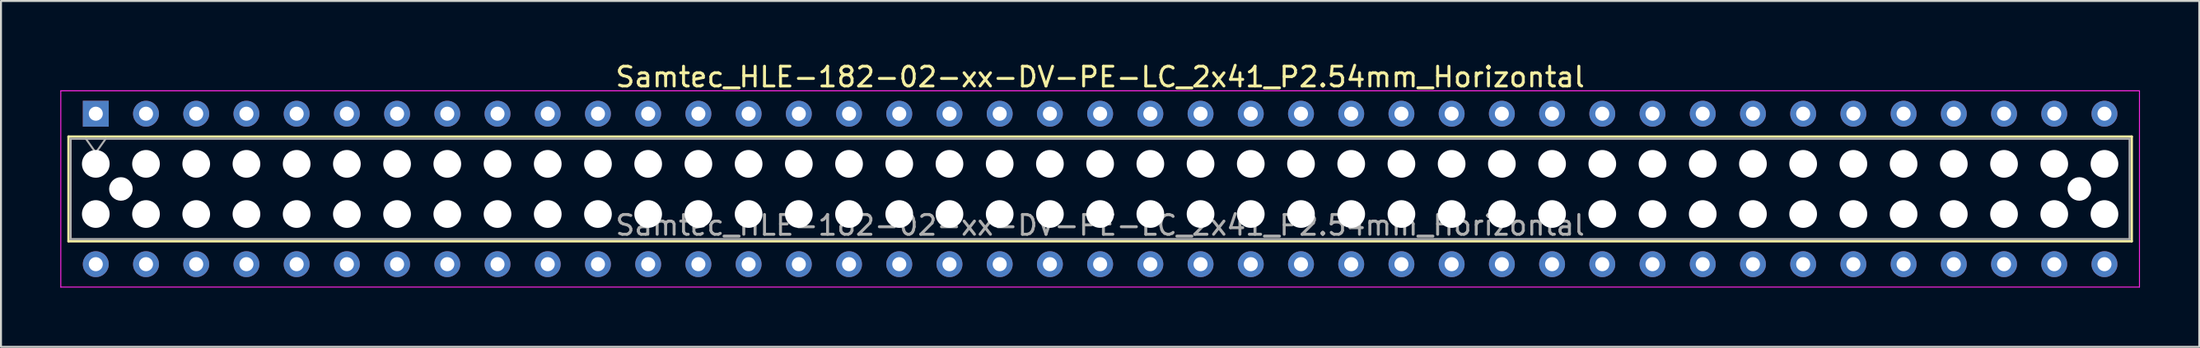
<source format=kicad_pcb>
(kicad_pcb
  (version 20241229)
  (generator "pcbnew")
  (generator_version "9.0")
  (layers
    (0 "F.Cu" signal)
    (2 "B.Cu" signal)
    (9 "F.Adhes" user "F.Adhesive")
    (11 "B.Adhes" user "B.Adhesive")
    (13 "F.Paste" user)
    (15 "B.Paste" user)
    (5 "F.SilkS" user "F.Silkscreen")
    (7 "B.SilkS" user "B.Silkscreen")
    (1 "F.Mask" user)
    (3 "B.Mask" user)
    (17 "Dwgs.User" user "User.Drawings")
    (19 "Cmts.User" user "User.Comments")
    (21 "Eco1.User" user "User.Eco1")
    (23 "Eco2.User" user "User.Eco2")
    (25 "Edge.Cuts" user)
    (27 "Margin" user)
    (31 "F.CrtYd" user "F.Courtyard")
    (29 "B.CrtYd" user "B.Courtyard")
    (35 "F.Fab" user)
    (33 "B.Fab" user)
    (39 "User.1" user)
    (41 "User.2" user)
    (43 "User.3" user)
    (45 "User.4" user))
  (footprint "Samtec_HLE-182-02-xx-DV-PE-LC_2x41_P2.54mm_Horizontal"
    (layer "F.Cu")
    (at 1.795 2.708)
    (property "Reference" "Samtec_HLE-182-02-xx-DV-PE-LC_2x41_P2.54mm_Horizontal" (at 50.8 -1.86 0) (layer "F.SilkS") (effects (font (size 1 1) (thickness 0.15))))
    (attr through_hole)
    (fp_line (start -1.38 1.16) (end 102.98 1.16) (stroke (width 0.12) (type solid)) (layer "F.SilkS"))
    (fp_line (start -1.38 6.46) (end -1.38 1.16) (stroke (width 0.12) (type solid)) (layer "F.SilkS"))
    (fp_line (start 102.98 1.16) (end 102.98 6.46) (stroke (width 0.12) (type solid)) (layer "F.SilkS"))
    (fp_line (start 102.98 6.46) (end -1.38 6.46) (stroke (width 0.12) (type solid)) (layer "F.SilkS"))
    (fp_line (start -1.77 -1.16) (end 103.37 -1.16) (stroke (width 0.05) (type solid)) (layer "F.CrtYd"))
    (fp_line (start -1.77 8.78) (end -1.77 -1.16) (stroke (width 0.05) (type solid)) (layer "F.CrtYd"))
    (fp_line (start 103.37 -1.16) (end 103.37 8.78) (stroke (width 0.05) (type solid)) (layer "F.CrtYd"))
    (fp_line (start 103.37 8.78) (end -1.77 8.78) (stroke (width 0.05) (type solid)) (layer "F.CrtYd"))
    (fp_line (start -1.27 1.27) (end 102.87 1.27) (stroke (width 0.1) (type solid)) (layer "F.Fab"))
    (fp_line (start -1.27 6.35) (end -1.27 1.27) (stroke (width 0.1) (type solid)) (layer "F.Fab"))
    (fp_line (start -0.5 1.27) (end 0 1.977) (stroke (width 0.1) (type solid)) (layer "F.Fab"))
    (fp_line (start 0 1.977) (end 0.5 1.27) (stroke (width 0.1) (type solid)) (layer "F.Fab"))
    (fp_line (start 102.87 1.27) (end 102.87 6.35) (stroke (width 0.1) (type solid)) (layer "F.Fab"))
    (fp_line (start 102.87 6.35) (end -1.27 6.35) (stroke (width 0.1) (type solid)) (layer "F.Fab"))
    (fp_text user "${REFERENCE}" (at 50.8 5.65 0) (layer "F.Fab") (effects (font (size 1 1) (thickness 0.15))))
    (pad "" np_thru_hole circle (at 0 2.54) (size 1.4 1.4) (drill 1.4) (layers "*.Cu" "*.Mask"))
    (pad "" np_thru_hole circle (at 0 5.08) (size 1.4 1.4) (drill 1.4) (layers "*.Cu" "*.Mask"))
    (pad "" np_thru_hole circle (at 1.27 3.81) (size 1.19 1.19) (drill 1.19) (layers "*.Cu" "*.Mask"))
    (pad "" np_thru_hole circle (at 2.54 2.54) (size 1.4 1.4) (drill 1.4) (layers "*.Cu" "*.Mask"))
    (pad "" np_thru_hole circle (at 2.54 5.08) (size 1.4 1.4) (drill 1.4) (layers "*.Cu" "*.Mask"))
    (pad "" np_thru_hole circle (at 5.08 2.54) (size 1.4 1.4) (drill 1.4) (layers "*.Cu" "*.Mask"))
    (pad "" np_thru_hole circle (at 5.08 5.08) (size 1.4 1.4) (drill 1.4) (layers "*.Cu" "*.Mask"))
    (pad "" np_thru_hole circle (at 7.62 2.54) (size 1.4 1.4) (drill 1.4) (layers "*.Cu" "*.Mask"))
    (pad "" np_thru_hole circle (at 7.62 5.08) (size 1.4 1.4) (drill 1.4) (layers "*.Cu" "*.Mask"))
    (pad "" np_thru_hole circle (at 10.16 2.54) (size 1.4 1.4) (drill 1.4) (layers "*.Cu" "*.Mask"))
    (pad "" np_thru_hole circle (at 10.16 5.08) (size 1.4 1.4) (drill 1.4) (layers "*.Cu" "*.Mask"))
    (pad "" np_thru_hole circle (at 12.7 2.54) (size 1.4 1.4) (drill 1.4) (layers "*.Cu" "*.Mask"))
    (pad "" np_thru_hole circle (at 12.7 5.08) (size 1.4 1.4) (drill 1.4) (layers "*.Cu" "*.Mask"))
    (pad "" np_thru_hole circle (at 15.24 2.54) (size 1.4 1.4) (drill 1.4) (layers "*.Cu" "*.Mask"))
    (pad "" np_thru_hole circle (at 15.24 5.08) (size 1.4 1.4) (drill 1.4) (layers "*.Cu" "*.Mask"))
    (pad "" np_thru_hole circle (at 17.78 2.54) (size 1.4 1.4) (drill 1.4) (layers "*.Cu" "*.Mask"))
    (pad "" np_thru_hole circle (at 17.78 5.08) (size 1.4 1.4) (drill 1.4) (layers "*.Cu" "*.Mask"))
    (pad "" np_thru_hole circle (at 20.32 2.54) (size 1.4 1.4) (drill 1.4) (layers "*.Cu" "*.Mask"))
    (pad "" np_thru_hole circle (at 20.32 5.08) (size 1.4 1.4) (drill 1.4) (layers "*.Cu" "*.Mask"))
    (pad "" np_thru_hole circle (at 22.86 2.54) (size 1.4 1.4) (drill 1.4) (layers "*.Cu" "*.Mask"))
    (pad "" np_thru_hole circle (at 22.86 5.08) (size 1.4 1.4) (drill 1.4) (layers "*.Cu" "*.Mask"))
    (pad "" np_thru_hole circle (at 25.4 2.54) (size 1.4 1.4) (drill 1.4) (layers "*.Cu" "*.Mask"))
    (pad "" np_thru_hole circle (at 25.4 5.08) (size 1.4 1.4) (drill 1.4) (layers "*.Cu" "*.Mask"))
    (pad "" np_thru_hole circle (at 27.94 2.54) (size 1.4 1.4) (drill 1.4) (layers "*.Cu" "*.Mask"))
    (pad "" np_thru_hole circle (at 27.94 5.08) (size 1.4 1.4) (drill 1.4) (layers "*.Cu" "*.Mask"))
    (pad "" np_thru_hole circle (at 30.48 2.54) (size 1.4 1.4) (drill 1.4) (layers "*.Cu" "*.Mask"))
    (pad "" np_thru_hole circle (at 30.48 5.08) (size 1.4 1.4) (drill 1.4) (layers "*.Cu" "*.Mask"))
    (pad "" np_thru_hole circle (at 33.02 2.54) (size 1.4 1.4) (drill 1.4) (layers "*.Cu" "*.Mask"))
    (pad "" np_thru_hole circle (at 33.02 5.08) (size 1.4 1.4) (drill 1.4) (layers "*.Cu" "*.Mask"))
    (pad "" np_thru_hole circle (at 35.56 2.54) (size 1.4 1.4) (drill 1.4) (layers "*.Cu" "*.Mask"))
    (pad "" np_thru_hole circle (at 35.56 5.08) (size 1.4 1.4) (drill 1.4) (layers "*.Cu" "*.Mask"))
    (pad "" np_thru_hole circle (at 38.1 2.54) (size 1.4 1.4) (drill 1.4) (layers "*.Cu" "*.Mask"))
    (pad "" np_thru_hole circle (at 38.1 5.08) (size 1.4 1.4) (drill 1.4) (layers "*.Cu" "*.Mask"))
    (pad "" np_thru_hole circle (at 40.64 2.54) (size 1.4 1.4) (drill 1.4) (layers "*.Cu" "*.Mask"))
    (pad "" np_thru_hole circle (at 40.64 5.08) (size 1.4 1.4) (drill 1.4) (layers "*.Cu" "*.Mask"))
    (pad "" np_thru_hole circle (at 43.18 2.54) (size 1.4 1.4) (drill 1.4) (layers "*.Cu" "*.Mask"))
    (pad "" np_thru_hole circle (at 43.18 5.08) (size 1.4 1.4) (drill 1.4) (layers "*.Cu" "*.Mask"))
    (pad "" np_thru_hole circle (at 45.72 2.54) (size 1.4 1.4) (drill 1.4) (layers "*.Cu" "*.Mask"))
    (pad "" np_thru_hole circle (at 45.72 5.08) (size 1.4 1.4) (drill 1.4) (layers "*.Cu" "*.Mask"))
    (pad "" np_thru_hole circle (at 48.26 2.54) (size 1.4 1.4) (drill 1.4) (layers "*.Cu" "*.Mask"))
    (pad "" np_thru_hole circle (at 48.26 5.08) (size 1.4 1.4) (drill 1.4) (layers "*.Cu" "*.Mask"))
    (pad "" np_thru_hole circle (at 50.8 2.54) (size 1.4 1.4) (drill 1.4) (layers "*.Cu" "*.Mask"))
    (pad "" np_thru_hole circle (at 50.8 5.08) (size 1.4 1.4) (drill 1.4) (layers "*.Cu" "*.Mask"))
    (pad "" np_thru_hole circle (at 53.34 2.54) (size 1.4 1.4) (drill 1.4) (layers "*.Cu" "*.Mask"))
    (pad "" np_thru_hole circle (at 53.34 5.08) (size 1.4 1.4) (drill 1.4) (layers "*.Cu" "*.Mask"))
    (pad "" np_thru_hole circle (at 55.88 2.54) (size 1.4 1.4) (drill 1.4) (layers "*.Cu" "*.Mask"))
    (pad "" np_thru_hole circle (at 55.88 5.08) (size 1.4 1.4) (drill 1.4) (layers "*.Cu" "*.Mask"))
    (pad "" np_thru_hole circle (at 58.42 2.54) (size 1.4 1.4) (drill 1.4) (layers "*.Cu" "*.Mask"))
    (pad "" np_thru_hole circle (at 58.42 5.08) (size 1.4 1.4) (drill 1.4) (layers "*.Cu" "*.Mask"))
    (pad "" np_thru_hole circle (at 60.96 2.54) (size 1.4 1.4) (drill 1.4) (layers "*.Cu" "*.Mask"))
    (pad "" np_thru_hole circle (at 60.96 5.08) (size 1.4 1.4) (drill 1.4) (layers "*.Cu" "*.Mask"))
    (pad "" np_thru_hole circle (at 63.5 2.54) (size 1.4 1.4) (drill 1.4) (layers "*.Cu" "*.Mask"))
    (pad "" np_thru_hole circle (at 63.5 5.08) (size 1.4 1.4) (drill 1.4) (layers "*.Cu" "*.Mask"))
    (pad "" np_thru_hole circle (at 66.04 2.54) (size 1.4 1.4) (drill 1.4) (layers "*.Cu" "*.Mask"))
    (pad "" np_thru_hole circle (at 66.04 5.08) (size 1.4 1.4) (drill 1.4) (layers "*.Cu" "*.Mask"))
    (pad "" np_thru_hole circle (at 68.58 2.54) (size 1.4 1.4) (drill 1.4) (layers "*.Cu" "*.Mask"))
    (pad "" np_thru_hole circle (at 68.58 5.08) (size 1.4 1.4) (drill 1.4) (layers "*.Cu" "*.Mask"))
    (pad "" np_thru_hole circle (at 71.12 2.54) (size 1.4 1.4) (drill 1.4) (layers "*.Cu" "*.Mask"))
    (pad "" np_thru_hole circle (at 71.12 5.08) (size 1.4 1.4) (drill 1.4) (layers "*.Cu" "*.Mask"))
    (pad "" np_thru_hole circle (at 73.66 2.54) (size 1.4 1.4) (drill 1.4) (layers "*.Cu" "*.Mask"))
    (pad "" np_thru_hole circle (at 73.66 5.08) (size 1.4 1.4) (drill 1.4) (layers "*.Cu" "*.Mask"))
    (pad "" np_thru_hole circle (at 76.2 2.54) (size 1.4 1.4) (drill 1.4) (layers "*.Cu" "*.Mask"))
    (pad "" np_thru_hole circle (at 76.2 5.08) (size 1.4 1.4) (drill 1.4) (layers "*.Cu" "*.Mask"))
    (pad "" np_thru_hole circle (at 78.74 2.54) (size 1.4 1.4) (drill 1.4) (layers "*.Cu" "*.Mask"))
    (pad "" np_thru_hole circle (at 78.74 5.08) (size 1.4 1.4) (drill 1.4) (layers "*.Cu" "*.Mask"))
    (pad "" np_thru_hole circle (at 81.28 2.54) (size 1.4 1.4) (drill 1.4) (layers "*.Cu" "*.Mask"))
    (pad "" np_thru_hole circle (at 81.28 5.08) (size 1.4 1.4) (drill 1.4) (layers "*.Cu" "*.Mask"))
    (pad "" np_thru_hole circle (at 83.82 2.54) (size 1.4 1.4) (drill 1.4) (layers "*.Cu" "*.Mask"))
    (pad "" np_thru_hole circle (at 83.82 5.08) (size 1.4 1.4) (drill 1.4) (layers "*.Cu" "*.Mask"))
    (pad "" np_thru_hole circle (at 86.36 2.54) (size 1.4 1.4) (drill 1.4) (layers "*.Cu" "*.Mask"))
    (pad "" np_thru_hole circle (at 86.36 5.08) (size 1.4 1.4) (drill 1.4) (layers "*.Cu" "*.Mask"))
    (pad "" np_thru_hole circle (at 88.9 2.54) (size 1.4 1.4) (drill 1.4) (layers "*.Cu" "*.Mask"))
    (pad "" np_thru_hole circle (at 88.9 5.08) (size 1.4 1.4) (drill 1.4) (layers "*.Cu" "*.Mask"))
    (pad "" np_thru_hole circle (at 91.44 2.54) (size 1.4 1.4) (drill 1.4) (layers "*.Cu" "*.Mask"))
    (pad "" np_thru_hole circle (at 91.44 5.08) (size 1.4 1.4) (drill 1.4) (layers "*.Cu" "*.Mask"))
    (pad "" np_thru_hole circle (at 93.98 2.54) (size 1.4 1.4) (drill 1.4) (layers "*.Cu" "*.Mask"))
    (pad "" np_thru_hole circle (at 93.98 5.08) (size 1.4 1.4) (drill 1.4) (layers "*.Cu" "*.Mask"))
    (pad "" np_thru_hole circle (at 96.52 2.54) (size 1.4 1.4) (drill 1.4) (layers "*.Cu" "*.Mask"))
    (pad "" np_thru_hole circle (at 96.52 5.08) (size 1.4 1.4) (drill 1.4) (layers "*.Cu" "*.Mask"))
    (pad "" np_thru_hole circle (at 99.06 2.54) (size 1.4 1.4) (drill 1.4) (layers "*.Cu" "*.Mask"))
    (pad "" np_thru_hole circle (at 99.06 5.08) (size 1.4 1.4) (drill 1.4) (layers "*.Cu" "*.Mask"))
    (pad "" np_thru_hole circle (at 100.33 3.81) (size 1.19 1.19) (drill 1.19) (layers "*.Cu" "*.Mask"))
    (pad "" np_thru_hole circle (at 101.6 2.54) (size 1.4 1.4) (drill 1.4) (layers "*.Cu" "*.Mask"))
    (pad "" np_thru_hole circle (at 101.6 5.08) (size 1.4 1.4) (drill 1.4) (layers "*.Cu" "*.Mask"))
    (pad "1" thru_hole rect (at 0 0) (size 1.31 1.31) (drill 0.71) (layers "*.Cu" "*.Mask"))
    (pad "2" thru_hole circle (at 0 7.62) (size 1.31 1.31) (drill 0.71) (layers "*.Cu" "*.Mask"))
    (pad "3" thru_hole circle (at 2.54 0) (size 1.31 1.31) (drill 0.71) (layers "*.Cu" "*.Mask"))
    (pad "4" thru_hole circle (at 2.54 7.62) (size 1.31 1.31) (drill 0.71) (layers "*.Cu" "*.Mask"))
    (pad "5" thru_hole circle (at 5.08 0) (size 1.31 1.31) (drill 0.71) (layers "*.Cu" "*.Mask"))
    (pad "6" thru_hole circle (at 5.08 7.62) (size 1.31 1.31) (drill 0.71) (layers "*.Cu" "*.Mask"))
    (pad "7" thru_hole circle (at 7.62 0) (size 1.31 1.31) (drill 0.71) (layers "*.Cu" "*.Mask"))
    (pad "8" thru_hole circle (at 7.62 7.62) (size 1.31 1.31) (drill 0.71) (layers "*.Cu" "*.Mask"))
    (pad "9" thru_hole circle (at 10.16 0) (size 1.31 1.31) (drill 0.71) (layers "*.Cu" "*.Mask"))
    (pad "10" thru_hole circle (at 10.16 7.62) (size 1.31 1.31) (drill 0.71) (layers "*.Cu" "*.Mask"))
    (pad "11" thru_hole circle (at 12.7 0) (size 1.31 1.31) (drill 0.71) (layers "*.Cu" "*.Mask"))
    (pad "12" thru_hole circle (at 12.7 7.62) (size 1.31 1.31) (drill 0.71) (layers "*.Cu" "*.Mask"))
    (pad "13" thru_hole circle (at 15.24 0) (size 1.31 1.31) (drill 0.71) (layers "*.Cu" "*.Mask"))
    (pad "14" thru_hole circle (at 15.24 7.62) (size 1.31 1.31) (drill 0.71) (layers "*.Cu" "*.Mask"))
    (pad "15" thru_hole circle (at 17.78 0) (size 1.31 1.31) (drill 0.71) (layers "*.Cu" "*.Mask"))
    (pad "16" thru_hole circle (at 17.78 7.62) (size 1.31 1.31) (drill 0.71) (layers "*.Cu" "*.Mask"))
    (pad "17" thru_hole circle (at 20.32 0) (size 1.31 1.31) (drill 0.71) (layers "*.Cu" "*.Mask"))
    (pad "18" thru_hole circle (at 20.32 7.62) (size 1.31 1.31) (drill 0.71) (layers "*.Cu" "*.Mask"))
    (pad "19" thru_hole circle (at 22.86 0) (size 1.31 1.31) (drill 0.71) (layers "*.Cu" "*.Mask"))
    (pad "20" thru_hole circle (at 22.86 7.62) (size 1.31 1.31) (drill 0.71) (layers "*.Cu" "*.Mask"))
    (pad "21" thru_hole circle (at 25.4 0) (size 1.31 1.31) (drill 0.71) (layers "*.Cu" "*.Mask"))
    (pad "22" thru_hole circle (at 25.4 7.62) (size 1.31 1.31) (drill 0.71) (layers "*.Cu" "*.Mask"))
    (pad "23" thru_hole circle (at 27.94 0) (size 1.31 1.31) (drill 0.71) (layers "*.Cu" "*.Mask"))
    (pad "24" thru_hole circle (at 27.94 7.62) (size 1.31 1.31) (drill 0.71) (layers "*.Cu" "*.Mask"))
    (pad "25" thru_hole circle (at 30.48 0) (size 1.31 1.31) (drill 0.71) (layers "*.Cu" "*.Mask"))
    (pad "26" thru_hole circle (at 30.48 7.62) (size 1.31 1.31) (drill 0.71) (layers "*.Cu" "*.Mask"))
    (pad "27" thru_hole circle (at 33.02 0) (size 1.31 1.31) (drill 0.71) (layers "*.Cu" "*.Mask"))
    (pad "28" thru_hole circle (at 33.02 7.62) (size 1.31 1.31) (drill 0.71) (layers "*.Cu" "*.Mask"))
    (pad "29" thru_hole circle (at 35.56 0) (size 1.31 1.31) (drill 0.71) (layers "*.Cu" "*.Mask"))
    (pad "30" thru_hole circle (at 35.56 7.62) (size 1.31 1.31) (drill 0.71) (layers "*.Cu" "*.Mask"))
    (pad "31" thru_hole circle (at 38.1 0) (size 1.31 1.31) (drill 0.71) (layers "*.Cu" "*.Mask"))
    (pad "32" thru_hole circle (at 38.1 7.62) (size 1.31 1.31) (drill 0.71) (layers "*.Cu" "*.Mask"))
    (pad "33" thru_hole circle (at 40.64 0) (size 1.31 1.31) (drill 0.71) (layers "*.Cu" "*.Mask"))
    (pad "34" thru_hole circle (at 40.64 7.62) (size 1.31 1.31) (drill 0.71) (layers "*.Cu" "*.Mask"))
    (pad "35" thru_hole circle (at 43.18 0) (size 1.31 1.31) (drill 0.71) (layers "*.Cu" "*.Mask"))
    (pad "36" thru_hole circle (at 43.18 7.62) (size 1.31 1.31) (drill 0.71) (layers "*.Cu" "*.Mask"))
    (pad "37" thru_hole circle (at 45.72 0) (size 1.31 1.31) (drill 0.71) (layers "*.Cu" "*.Mask"))
    (pad "38" thru_hole circle (at 45.72 7.62) (size 1.31 1.31) (drill 0.71) (layers "*.Cu" "*.Mask"))
    (pad "39" thru_hole circle (at 48.26 0) (size 1.31 1.31) (drill 0.71) (layers "*.Cu" "*.Mask"))
    (pad "40" thru_hole circle (at 48.26 7.62) (size 1.31 1.31) (drill 0.71) (layers "*.Cu" "*.Mask"))
    (pad "41" thru_hole circle (at 50.8 0) (size 1.31 1.31) (drill 0.71) (layers "*.Cu" "*.Mask"))
    (pad "42" thru_hole circle (at 50.8 7.62) (size 1.31 1.31) (drill 0.71) (layers "*.Cu" "*.Mask"))
    (pad "43" thru_hole circle (at 53.34 0) (size 1.31 1.31) (drill 0.71) (layers "*.Cu" "*.Mask"))
    (pad "44" thru_hole circle (at 53.34 7.62) (size 1.31 1.31) (drill 0.71) (layers "*.Cu" "*.Mask"))
    (pad "45" thru_hole circle (at 55.88 0) (size 1.31 1.31) (drill 0.71) (layers "*.Cu" "*.Mask"))
    (pad "46" thru_hole circle (at 55.88 7.62) (size 1.31 1.31) (drill 0.71) (layers "*.Cu" "*.Mask"))
    (pad "47" thru_hole circle (at 58.42 0) (size 1.31 1.31) (drill 0.71) (layers "*.Cu" "*.Mask"))
    (pad "48" thru_hole circle (at 58.42 7.62) (size 1.31 1.31) (drill 0.71) (layers "*.Cu" "*.Mask"))
    (pad "49" thru_hole circle (at 60.96 0) (size 1.31 1.31) (drill 0.71) (layers "*.Cu" "*.Mask"))
    (pad "50" thru_hole circle (at 60.96 7.62) (size 1.31 1.31) (drill 0.71) (layers "*.Cu" "*.Mask"))
    (pad "51" thru_hole circle (at 63.5 0) (size 1.31 1.31) (drill 0.71) (layers "*.Cu" "*.Mask"))
    (pad "52" thru_hole circle (at 63.5 7.62) (size 1.31 1.31) (drill 0.71) (layers "*.Cu" "*.Mask"))
    (pad "53" thru_hole circle (at 66.04 0) (size 1.31 1.31) (drill 0.71) (layers "*.Cu" "*.Mask"))
    (pad "54" thru_hole circle (at 66.04 7.62) (size 1.31 1.31) (drill 0.71) (layers "*.Cu" "*.Mask"))
    (pad "55" thru_hole circle (at 68.58 0) (size 1.31 1.31) (drill 0.71) (layers "*.Cu" "*.Mask"))
    (pad "56" thru_hole circle (at 68.58 7.62) (size 1.31 1.31) (drill 0.71) (layers "*.Cu" "*.Mask"))
    (pad "57" thru_hole circle (at 71.12 0) (size 1.31 1.31) (drill 0.71) (layers "*.Cu" "*.Mask"))
    (pad "58" thru_hole circle (at 71.12 7.62) (size 1.31 1.31) (drill 0.71) (layers "*.Cu" "*.Mask"))
    (pad "59" thru_hole circle (at 73.66 0) (size 1.31 1.31) (drill 0.71) (layers "*.Cu" "*.Mask"))
    (pad "60" thru_hole circle (at 73.66 7.62) (size 1.31 1.31) (drill 0.71) (layers "*.Cu" "*.Mask"))
    (pad "61" thru_hole circle (at 76.2 0) (size 1.31 1.31) (drill 0.71) (layers "*.Cu" "*.Mask"))
    (pad "62" thru_hole circle (at 76.2 7.62) (size 1.31 1.31) (drill 0.71) (layers "*.Cu" "*.Mask"))
    (pad "63" thru_hole circle (at 78.74 0) (size 1.31 1.31) (drill 0.71) (layers "*.Cu" "*.Mask"))
    (pad "64" thru_hole circle (at 78.74 7.62) (size 1.31 1.31) (drill 0.71) (layers "*.Cu" "*.Mask"))
    (pad "65" thru_hole circle (at 81.28 0) (size 1.31 1.31) (drill 0.71) (layers "*.Cu" "*.Mask"))
    (pad "66" thru_hole circle (at 81.28 7.62) (size 1.31 1.31) (drill 0.71) (layers "*.Cu" "*.Mask"))
    (pad "67" thru_hole circle (at 83.82 0) (size 1.31 1.31) (drill 0.71) (layers "*.Cu" "*.Mask"))
    (pad "68" thru_hole circle (at 83.82 7.62) (size 1.31 1.31) (drill 0.71) (layers "*.Cu" "*.Mask"))
    (pad "69" thru_hole circle (at 86.36 0) (size 1.31 1.31) (drill 0.71) (layers "*.Cu" "*.Mask"))
    (pad "70" thru_hole circle (at 86.36 7.62) (size 1.31 1.31) (drill 0.71) (layers "*.Cu" "*.Mask"))
    (pad "71" thru_hole circle (at 88.9 0) (size 1.31 1.31) (drill 0.71) (layers "*.Cu" "*.Mask"))
    (pad "72" thru_hole circle (at 88.9 7.62) (size 1.31 1.31) (drill 0.71) (layers "*.Cu" "*.Mask"))
    (pad "73" thru_hole circle (at 91.44 0) (size 1.31 1.31) (drill 0.71) (layers "*.Cu" "*.Mask"))
    (pad "74" thru_hole circle (at 91.44 7.62) (size 1.31 1.31) (drill 0.71) (layers "*.Cu" "*.Mask"))
    (pad "75" thru_hole circle (at 93.98 0) (size 1.31 1.31) (drill 0.71) (layers "*.Cu" "*.Mask"))
    (pad "76" thru_hole circle (at 93.98 7.62) (size 1.31 1.31) (drill 0.71) (layers "*.Cu" "*.Mask"))
    (pad "77" thru_hole circle (at 96.52 0) (size 1.31 1.31) (drill 0.71) (layers "*.Cu" "*.Mask"))
    (pad "78" thru_hole circle (at 96.52 7.62) (size 1.31 1.31) (drill 0.71) (layers "*.Cu" "*.Mask"))
    (pad "79" thru_hole circle (at 99.06 0) (size 1.31 1.31) (drill 0.71) (layers "*.Cu" "*.Mask"))
    (pad "80" thru_hole circle (at 99.06 7.62) (size 1.31 1.31) (drill 0.71) (layers "*.Cu" "*.Mask"))
    (pad "81" thru_hole circle (at 101.6 0) (size 1.31 1.31) (drill 0.71) (layers "*.Cu" "*.Mask"))
    (pad "82" thru_hole circle (at 101.6 7.62) (size 1.31 1.31) (drill 0.71) (layers "*.Cu" "*.Mask")))
  (gr_rect
    (start -3 -3)
    (end 108.19 14.513)
    (stroke (width 0.1) (type default))
    (fill no)
    (layer "Edge.Cuts")))
</source>
